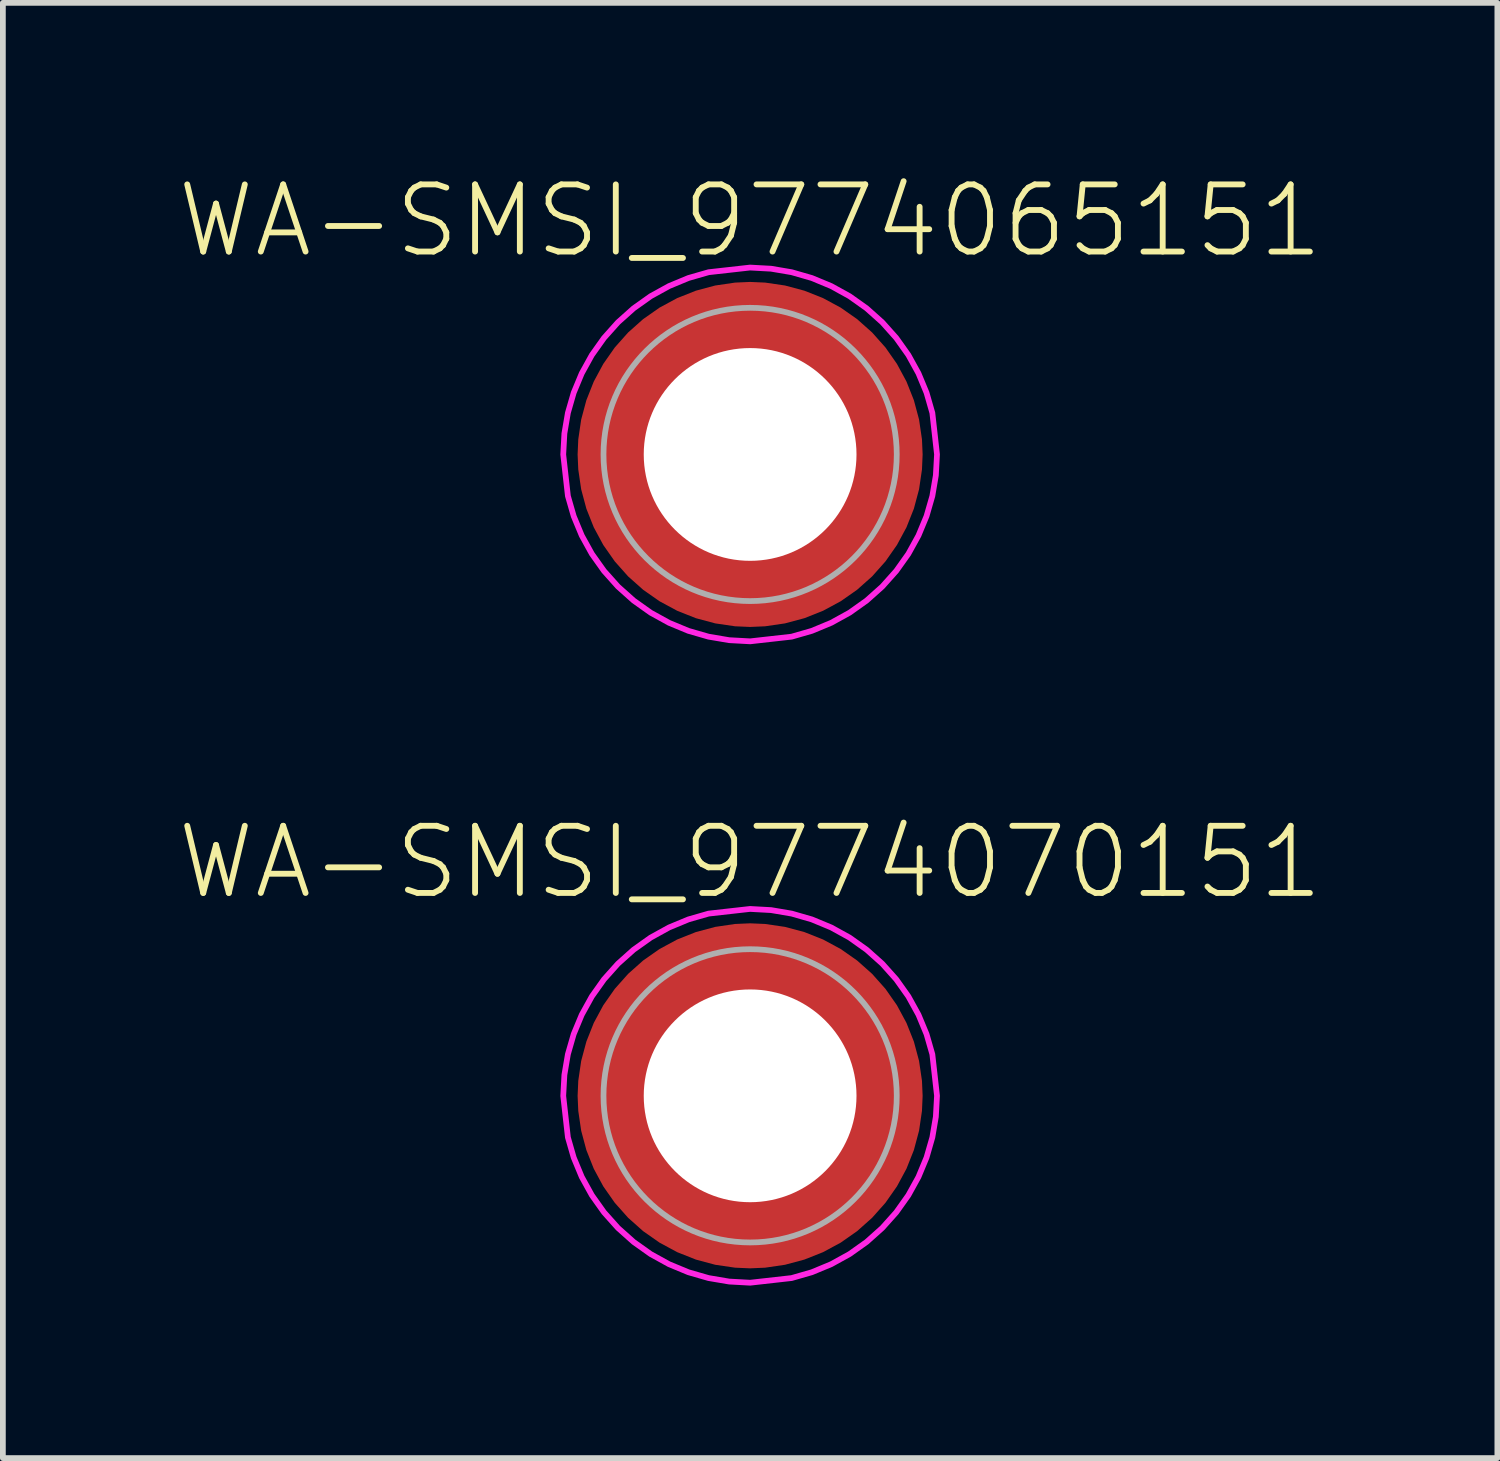
<source format=kicad_pcb>
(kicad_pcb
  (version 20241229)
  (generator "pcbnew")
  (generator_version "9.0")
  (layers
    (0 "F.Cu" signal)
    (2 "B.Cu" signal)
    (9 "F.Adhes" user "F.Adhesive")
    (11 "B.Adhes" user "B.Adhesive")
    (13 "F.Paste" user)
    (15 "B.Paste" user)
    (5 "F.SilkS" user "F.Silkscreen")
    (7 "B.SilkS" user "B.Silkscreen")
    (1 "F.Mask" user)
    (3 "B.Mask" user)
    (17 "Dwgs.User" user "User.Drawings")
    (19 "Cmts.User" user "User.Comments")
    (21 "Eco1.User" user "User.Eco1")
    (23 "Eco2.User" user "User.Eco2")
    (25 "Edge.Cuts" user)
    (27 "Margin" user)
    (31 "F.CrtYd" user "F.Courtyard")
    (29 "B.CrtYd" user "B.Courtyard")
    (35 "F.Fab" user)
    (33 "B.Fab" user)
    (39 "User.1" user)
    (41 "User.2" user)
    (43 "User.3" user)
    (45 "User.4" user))
  (footprint "WA-SMSI_9774070151"
    (layer "F.Cu")
    (at 9.995 16.007)
    (property "Reference" "WA-SMSI_9774070151" (at 0 -3.38 0) (layer "F.SilkS") (effects (font (size 1.168 1.168) (thickness 0.102)) (justify bottom)))
    (fp_poly (pts (xy -1.865 0.335) (xy -1.86 0.369) (xy -1.845 0.434) (xy -1.815 0.549) (xy -1.79 0.623) (xy -1.755 0.713) (xy -1.735 0.763) (xy -1.691 0.858) (xy -1.651 0.933) (xy -1.581 1.047) (xy -1.536 1.112) (xy -1.501 1.157) (xy -1.441 1.232) (xy -1.391 1.287) (xy -1.351 1.331) (xy -1.312 1.366) (xy -1.232 1.441) (xy -1.177 1.486) (xy -1.132 1.521) (xy -1.077 1.561) (xy -1.022 1.596) (xy -0.957 1.636) (xy -0.888 1.676) (xy -0.808 1.715) (xy -0.728 1.75) (xy -0.643 1.785) (xy -0.569 1.81) (xy -0.494 1.83) (xy -0.414 1.85) (xy -0.34 1.865) (xy -0.32 1.865) (xy -0.32 2.911) (xy -0.351 2.905) (xy -0.421 2.895) (xy -0.511 2.88) (xy -0.591 2.865) (xy -0.666 2.85) (xy -0.766 2.825) (xy -0.851 2.8) (xy -0.942 2.77) (xy -1.012 2.745) (xy -1.092 2.715) (xy -1.177 2.68) (xy -1.252 2.645) (xy -1.372 2.584) (xy -1.442 2.544) (xy -1.513 2.504) (xy -1.583 2.459) (xy -1.623 2.434) (xy -1.688 2.389) (xy -1.738 2.354) (xy -1.783 2.319) (xy -1.848 2.269) (xy -1.913 2.214) (xy -1.953 2.179) (xy -2.018 2.119) (xy -2.079 2.059) (xy -2.129 2.008) (xy -2.169 1.963) (xy -2.209 1.918) (xy -2.264 1.853) (xy -2.304 1.803) (xy -2.349 1.743) (xy -2.399 1.673) (xy -2.444 1.608) (xy -2.494 1.528) (xy -2.529 1.473) (xy -2.574 1.387) (xy -2.614 1.317) (xy -2.655 1.232) (xy -2.685 1.162) (xy -2.73 1.057) (xy -2.765 0.957) (xy -2.79 0.882) (xy -2.815 0.801) (xy -2.845 0.681) (xy -2.865 0.596) (xy -2.88 0.516) (xy -2.895 0.431) (xy -2.905 0.35) (xy -2.905 0.32) (xy -1.865 0.32)) (stroke (width 0) (type solid)) (fill yes) (layer "F.Paste"))
    (fp_poly (pts (xy -1.287 -1.391) (xy -1.331 -1.351) (xy -1.366 -1.312) (xy -1.441 -1.232) (xy -1.486 -1.177) (xy -1.521 -1.132) (xy -1.561 -1.077) (xy -1.596 -1.022) (xy -1.636 -0.957) (xy -1.676 -0.888) (xy -1.715 -0.808) (xy -1.75 -0.728) (xy -1.785 -0.643) (xy -1.81 -0.569) (xy -1.83 -0.494) (xy -1.85 -0.414) (xy -1.865 -0.34) (xy -1.865 -0.32) (xy -2.911 -0.32) (xy -2.905 -0.351) (xy -2.895 -0.421) (xy -2.88 -0.511) (xy -2.865 -0.591) (xy -2.85 -0.666) (xy -2.825 -0.766) (xy -2.8 -0.851) (xy -2.77 -0.942) (xy -2.745 -1.012) (xy -2.715 -1.092) (xy -2.68 -1.177) (xy -2.645 -1.252) (xy -2.584 -1.372) (xy -2.544 -1.442) (xy -2.504 -1.513) (xy -2.459 -1.583) (xy -2.434 -1.623) (xy -2.389 -1.688) (xy -2.354 -1.738) (xy -2.319 -1.783) (xy -2.269 -1.848) (xy -2.214 -1.913) (xy -2.179 -1.953) (xy -2.119 -2.018) (xy -2.059 -2.079) (xy -2.008 -2.129) (xy -1.963 -2.169) (xy -1.918 -2.209) (xy -1.853 -2.264) (xy -1.803 -2.304) (xy -1.743 -2.349) (xy -1.673 -2.399) (xy -1.608 -2.444) (xy -1.528 -2.494) (xy -1.473 -2.529) (xy -1.387 -2.574) (xy -1.317 -2.614) (xy -1.232 -2.655) (xy -1.162 -2.685) (xy -1.057 -2.73) (xy -0.957 -2.765) (xy -0.882 -2.79) (xy -0.801 -2.815) (xy -0.681 -2.845) (xy -0.596 -2.865) (xy -0.516 -2.88) (xy -0.431 -2.895) (xy -0.35 -2.905) (xy -0.32 -2.905) (xy -0.32 -1.865) (xy -0.335 -1.865) (xy -0.369 -1.86) (xy -0.434 -1.845) (xy -0.549 -1.815) (xy -0.623 -1.79) (xy -0.713 -1.755) (xy -0.763 -1.735) (xy -0.858 -1.691) (xy -0.933 -1.651) (xy -1.047 -1.581) (xy -1.112 -1.536) (xy -1.157 -1.501) (xy -1.232 -1.441)) (stroke (width 0) (type solid)) (fill yes) (layer "F.Paste"))
    (fp_poly (pts (xy 0.351 -2.905) (xy 0.421 -2.895) (xy 0.511 -2.88) (xy 0.591 -2.865) (xy 0.666 -2.85) (xy 0.766 -2.825) (xy 0.851 -2.8) (xy 0.942 -2.77) (xy 1.012 -2.745) (xy 1.092 -2.715) (xy 1.177 -2.68) (xy 1.252 -2.645) (xy 1.372 -2.584) (xy 1.442 -2.544) (xy 1.513 -2.504) (xy 1.583 -2.459) (xy 1.623 -2.434) (xy 1.688 -2.389) (xy 1.738 -2.354) (xy 1.783 -2.319) (xy 1.848 -2.269) (xy 1.913 -2.214) (xy 1.953 -2.179) (xy 2.018 -2.119) (xy 2.079 -2.059) (xy 2.129 -2.008) (xy 2.169 -1.963) (xy 2.209 -1.918) (xy 2.264 -1.853) (xy 2.304 -1.803) (xy 2.349 -1.743) (xy 2.399 -1.673) (xy 2.444 -1.608) (xy 2.494 -1.528) (xy 2.529 -1.473) (xy 2.574 -1.387) (xy 2.614 -1.317) (xy 2.655 -1.232) (xy 2.685 -1.162) (xy 2.73 -1.057) (xy 2.765 -0.957) (xy 2.79 -0.882) (xy 2.815 -0.801) (xy 2.845 -0.681) (xy 2.865 -0.596) (xy 2.88 -0.516) (xy 2.895 -0.431) (xy 2.905 -0.35) (xy 2.905 -0.32) (xy 1.865 -0.32) (xy 1.865 -0.335) (xy 1.86 -0.369) (xy 1.845 -0.434) (xy 1.815 -0.549) (xy 1.79 -0.623) (xy 1.755 -0.713) (xy 1.735 -0.763) (xy 1.691 -0.858) (xy 1.651 -0.933) (xy 1.581 -1.047) (xy 1.536 -1.112) (xy 1.501 -1.157) (xy 1.441 -1.232) (xy 1.391 -1.287) (xy 1.351 -1.331) (xy 1.312 -1.366) (xy 1.232 -1.441) (xy 1.177 -1.486) (xy 1.132 -1.521) (xy 1.077 -1.561) (xy 1.022 -1.596) (xy 0.957 -1.636) (xy 0.888 -1.676) (xy 0.808 -1.715) (xy 0.728 -1.75) (xy 0.643 -1.785) (xy 0.569 -1.81) (xy 0.494 -1.83) (xy 0.414 -1.85) (xy 0.34 -1.865) (xy 0.32 -1.865) (xy 0.32 -2.911)) (stroke (width 0) (type solid)) (fill yes) (layer "F.Paste"))
    (fp_poly (pts (xy 1.387 2.574) (xy 1.317 2.614) (xy 1.232 2.655) (xy 1.162 2.685) (xy 1.057 2.73) (xy 0.957 2.765) (xy 0.882 2.79) (xy 0.801 2.815) (xy 0.681 2.845) (xy 0.596 2.865) (xy 0.516 2.88) (xy 0.431 2.895) (xy 0.35 2.905) (xy 0.32 2.905) (xy 0.32 1.865) (xy 0.335 1.865) (xy 0.369 1.86) (xy 0.434 1.845) (xy 0.549 1.815) (xy 0.623 1.79) (xy 0.713 1.755) (xy 0.763 1.735) (xy 0.858 1.691) (xy 0.933 1.651) (xy 1.047 1.581) (xy 1.112 1.536) (xy 1.157 1.501) (xy 1.232 1.441) (xy 1.287 1.391) (xy 1.331 1.351) (xy 1.366 1.312) (xy 1.441 1.232) (xy 1.486 1.177) (xy 1.521 1.132) (xy 1.561 1.077) (xy 1.596 1.022) (xy 1.636 0.957) (xy 1.676 0.888) (xy 1.715 0.808) (xy 1.75 0.728) (xy 1.785 0.643) (xy 1.81 0.569) (xy 1.83 0.494) (xy 1.85 0.414) (xy 1.865 0.34) (xy 1.865 0.32) (xy 2.911 0.32) (xy 2.905 0.351) (xy 2.895 0.421) (xy 2.88 0.511) (xy 2.865 0.591) (xy 2.85 0.666) (xy 2.825 0.766) (xy 2.8 0.851) (xy 2.77 0.942) (xy 2.745 1.012) (xy 2.715 1.092) (xy 2.68 1.177) (xy 2.645 1.252) (xy 2.584 1.372) (xy 2.544 1.442) (xy 2.504 1.513) (xy 2.459 1.583) (xy 2.434 1.623) (xy 2.389 1.688) (xy 2.354 1.738) (xy 2.319 1.783) (xy 2.269 1.848) (xy 2.214 1.913) (xy 2.179 1.953) (xy 2.119 2.018) (xy 2.059 2.079) (xy 2.008 2.129) (xy 1.963 2.169) (xy 1.918 2.209) (xy 1.853 2.264) (xy 1.803 2.304) (xy 1.743 2.349) (xy 1.673 2.399) (xy 1.608 2.444) (xy 1.528 2.494) (xy 1.473 2.529)) (stroke (width 0) (type solid)) (fill yes) (layer "F.Paste"))
    (fp_poly (pts (xy 0.364 -3.23) (xy 0.723 -3.169) (xy 1.073 -3.068) (xy 1.41 -2.928) (xy 1.729 -2.752) (xy 2.026 -2.541) (xy 2.298 -2.298) (xy 2.541 -2.026) (xy 2.752 -1.729) (xy 2.928 -1.41) (xy 3.068 -1.073) (xy 3.169 -0.722) (xy 3.25 -0.001) (xy 3.23 0.364) (xy 3.169 0.723) (xy 3.068 1.073) (xy 2.928 1.41) (xy 2.752 1.729) (xy 2.541 2.026) (xy 2.298 2.298) (xy 2.026 2.541) (xy 1.729 2.752) (xy 1.41 2.928) (xy 1.073 3.068) (xy 0.722 3.169) (xy 0.001 3.25) (xy -0.364 3.23) (xy -0.723 3.169) (xy -1.073 3.068) (xy -1.41 2.928) (xy -1.729 2.752) (xy -2.026 2.541) (xy -2.298 2.298) (xy -2.541 2.026) (xy -2.752 1.729) (xy -2.928 1.41) (xy -3.068 1.073) (xy -3.169 0.722) (xy -3.25 0.001) (xy -3.23 -0.364) (xy -3.169 -0.723) (xy -3.068 -1.073) (xy -2.928 -1.41) (xy -2.752 -1.729) (xy -2.541 -2.026) (xy -2.298 -2.298) (xy -2.026 -2.541) (xy -1.729 -2.752) (xy -1.41 -2.928) (xy -1.073 -3.068) (xy -0.722 -3.169) (xy -0.001 -3.25)) (stroke (width 0.1) (type solid)) (fill no) (layer "F.CrtYd"))
    (fp_circle (center 0 0) (end 2.55 0) (stroke (width 0.1) (type solid)) (fill no) (layer "F.Fab"))
    (pad "" np_thru_hole circle (at 0 0) (size 3.7 3.7) (drill 3.7) (layers "*.Cu" "*.Mask"))
    (pad "1" smd roundrect (at 0 0) (size 6 6) (layers "F.Cu" "F.Mask") (roundrect_rratio 0.5)))
  (footprint "WA-SMSI_9774065151"
    (layer "F.Cu")
    (at 9.995 4.853)
    (property "Reference" "WA-SMSI_9774065151" (at 0 -3.38 0) (layer "F.SilkS") (effects (font (size 1.168 1.168) (thickness 0.102)) (justify bottom)))
    (fp_poly (pts (xy -1.865 0.335) (xy -1.86 0.369) (xy -1.845 0.434) (xy -1.815 0.549) (xy -1.79 0.623) (xy -1.755 0.713) (xy -1.735 0.763) (xy -1.691 0.858) (xy -1.651 0.933) (xy -1.581 1.047) (xy -1.536 1.112) (xy -1.501 1.157) (xy -1.441 1.232) (xy -1.391 1.287) (xy -1.351 1.331) (xy -1.312 1.366) (xy -1.232 1.441) (xy -1.177 1.486) (xy -1.132 1.521) (xy -1.077 1.561) (xy -1.022 1.596) (xy -0.957 1.636) (xy -0.888 1.676) (xy -0.808 1.715) (xy -0.728 1.75) (xy -0.643 1.785) (xy -0.569 1.81) (xy -0.494 1.83) (xy -0.414 1.85) (xy -0.34 1.865) (xy -0.32 1.865) (xy -0.32 2.911) (xy -0.351 2.905) (xy -0.421 2.895) (xy -0.511 2.88) (xy -0.591 2.865) (xy -0.666 2.85) (xy -0.766 2.825) (xy -0.851 2.8) (xy -0.942 2.77) (xy -1.012 2.745) (xy -1.092 2.715) (xy -1.177 2.68) (xy -1.252 2.645) (xy -1.372 2.584) (xy -1.442 2.544) (xy -1.513 2.504) (xy -1.583 2.459) (xy -1.623 2.434) (xy -1.688 2.389) (xy -1.738 2.354) (xy -1.783 2.319) (xy -1.848 2.269) (xy -1.913 2.214) (xy -1.953 2.179) (xy -2.018 2.119) (xy -2.079 2.059) (xy -2.129 2.008) (xy -2.169 1.963) (xy -2.209 1.918) (xy -2.264 1.853) (xy -2.304 1.803) (xy -2.349 1.743) (xy -2.399 1.673) (xy -2.444 1.608) (xy -2.494 1.528) (xy -2.529 1.473) (xy -2.574 1.387) (xy -2.614 1.317) (xy -2.655 1.232) (xy -2.685 1.162) (xy -2.73 1.057) (xy -2.765 0.957) (xy -2.79 0.882) (xy -2.815 0.801) (xy -2.845 0.681) (xy -2.865 0.596) (xy -2.88 0.516) (xy -2.895 0.431) (xy -2.905 0.35) (xy -2.905 0.32) (xy -1.865 0.32)) (stroke (width 0) (type solid)) (fill yes) (layer "F.Paste"))
    (fp_poly (pts (xy -1.287 -1.391) (xy -1.331 -1.351) (xy -1.366 -1.312) (xy -1.441 -1.232) (xy -1.486 -1.177) (xy -1.521 -1.132) (xy -1.561 -1.077) (xy -1.596 -1.022) (xy -1.636 -0.957) (xy -1.676 -0.888) (xy -1.715 -0.808) (xy -1.75 -0.728) (xy -1.785 -0.643) (xy -1.81 -0.569) (xy -1.83 -0.494) (xy -1.85 -0.414) (xy -1.865 -0.34) (xy -1.865 -0.32) (xy -2.911 -0.32) (xy -2.905 -0.351) (xy -2.895 -0.421) (xy -2.88 -0.511) (xy -2.865 -0.591) (xy -2.85 -0.666) (xy -2.825 -0.766) (xy -2.8 -0.851) (xy -2.77 -0.942) (xy -2.745 -1.012) (xy -2.715 -1.092) (xy -2.68 -1.177) (xy -2.645 -1.252) (xy -2.584 -1.372) (xy -2.544 -1.442) (xy -2.504 -1.513) (xy -2.459 -1.583) (xy -2.434 -1.623) (xy -2.389 -1.688) (xy -2.354 -1.738) (xy -2.319 -1.783) (xy -2.269 -1.848) (xy -2.214 -1.913) (xy -2.179 -1.953) (xy -2.119 -2.018) (xy -2.059 -2.079) (xy -2.008 -2.129) (xy -1.963 -2.169) (xy -1.918 -2.209) (xy -1.853 -2.264) (xy -1.803 -2.304) (xy -1.743 -2.349) (xy -1.673 -2.399) (xy -1.608 -2.444) (xy -1.528 -2.494) (xy -1.473 -2.529) (xy -1.387 -2.574) (xy -1.317 -2.614) (xy -1.232 -2.655) (xy -1.162 -2.685) (xy -1.057 -2.73) (xy -0.957 -2.765) (xy -0.882 -2.79) (xy -0.801 -2.815) (xy -0.681 -2.845) (xy -0.596 -2.865) (xy -0.516 -2.88) (xy -0.431 -2.895) (xy -0.35 -2.905) (xy -0.32 -2.905) (xy -0.32 -1.865) (xy -0.335 -1.865) (xy -0.369 -1.86) (xy -0.434 -1.845) (xy -0.549 -1.815) (xy -0.623 -1.79) (xy -0.713 -1.755) (xy -0.763 -1.735) (xy -0.858 -1.691) (xy -0.933 -1.651) (xy -1.047 -1.581) (xy -1.112 -1.536) (xy -1.157 -1.501) (xy -1.232 -1.441)) (stroke (width 0) (type solid)) (fill yes) (layer "F.Paste"))
    (fp_poly (pts (xy 0.351 -2.905) (xy 0.421 -2.895) (xy 0.511 -2.88) (xy 0.591 -2.865) (xy 0.666 -2.85) (xy 0.766 -2.825) (xy 0.851 -2.8) (xy 0.942 -2.77) (xy 1.012 -2.745) (xy 1.092 -2.715) (xy 1.177 -2.68) (xy 1.252 -2.645) (xy 1.372 -2.584) (xy 1.442 -2.544) (xy 1.513 -2.504) (xy 1.583 -2.459) (xy 1.623 -2.434) (xy 1.688 -2.389) (xy 1.738 -2.354) (xy 1.783 -2.319) (xy 1.848 -2.269) (xy 1.913 -2.214) (xy 1.953 -2.179) (xy 2.018 -2.119) (xy 2.079 -2.059) (xy 2.129 -2.008) (xy 2.169 -1.963) (xy 2.209 -1.918) (xy 2.264 -1.853) (xy 2.304 -1.803) (xy 2.349 -1.743) (xy 2.399 -1.673) (xy 2.444 -1.608) (xy 2.494 -1.528) (xy 2.529 -1.473) (xy 2.574 -1.387) (xy 2.614 -1.317) (xy 2.655 -1.232) (xy 2.685 -1.162) (xy 2.73 -1.057) (xy 2.765 -0.957) (xy 2.79 -0.882) (xy 2.815 -0.801) (xy 2.845 -0.681) (xy 2.865 -0.596) (xy 2.88 -0.516) (xy 2.895 -0.431) (xy 2.905 -0.35) (xy 2.905 -0.32) (xy 1.865 -0.32) (xy 1.865 -0.335) (xy 1.86 -0.369) (xy 1.845 -0.434) (xy 1.815 -0.549) (xy 1.79 -0.623) (xy 1.755 -0.713) (xy 1.735 -0.763) (xy 1.691 -0.858) (xy 1.651 -0.933) (xy 1.581 -1.047) (xy 1.536 -1.112) (xy 1.501 -1.157) (xy 1.441 -1.232) (xy 1.391 -1.287) (xy 1.351 -1.331) (xy 1.312 -1.366) (xy 1.232 -1.441) (xy 1.177 -1.486) (xy 1.132 -1.521) (xy 1.077 -1.561) (xy 1.022 -1.596) (xy 0.957 -1.636) (xy 0.888 -1.676) (xy 0.808 -1.715) (xy 0.728 -1.75) (xy 0.643 -1.785) (xy 0.569 -1.81) (xy 0.494 -1.83) (xy 0.414 -1.85) (xy 0.34 -1.865) (xy 0.32 -1.865) (xy 0.32 -2.911)) (stroke (width 0) (type solid)) (fill yes) (layer "F.Paste"))
    (fp_poly (pts (xy 1.387 2.574) (xy 1.317 2.614) (xy 1.232 2.655) (xy 1.162 2.685) (xy 1.057 2.73) (xy 0.957 2.765) (xy 0.882 2.79) (xy 0.801 2.815) (xy 0.681 2.845) (xy 0.596 2.865) (xy 0.516 2.88) (xy 0.431 2.895) (xy 0.35 2.905) (xy 0.32 2.905) (xy 0.32 1.865) (xy 0.335 1.865) (xy 0.369 1.86) (xy 0.434 1.845) (xy 0.549 1.815) (xy 0.623 1.79) (xy 0.713 1.755) (xy 0.763 1.735) (xy 0.858 1.691) (xy 0.933 1.651) (xy 1.047 1.581) (xy 1.112 1.536) (xy 1.157 1.501) (xy 1.232 1.441) (xy 1.287 1.391) (xy 1.331 1.351) (xy 1.366 1.312) (xy 1.441 1.232) (xy 1.486 1.177) (xy 1.521 1.132) (xy 1.561 1.077) (xy 1.596 1.022) (xy 1.636 0.957) (xy 1.676 0.888) (xy 1.715 0.808) (xy 1.75 0.728) (xy 1.785 0.643) (xy 1.81 0.569) (xy 1.83 0.494) (xy 1.85 0.414) (xy 1.865 0.34) (xy 1.865 0.32) (xy 2.911 0.32) (xy 2.905 0.351) (xy 2.895 0.421) (xy 2.88 0.511) (xy 2.865 0.591) (xy 2.85 0.666) (xy 2.825 0.766) (xy 2.8 0.851) (xy 2.77 0.942) (xy 2.745 1.012) (xy 2.715 1.092) (xy 2.68 1.177) (xy 2.645 1.252) (xy 2.584 1.372) (xy 2.544 1.442) (xy 2.504 1.513) (xy 2.459 1.583) (xy 2.434 1.623) (xy 2.389 1.688) (xy 2.354 1.738) (xy 2.319 1.783) (xy 2.269 1.848) (xy 2.214 1.913) (xy 2.179 1.953) (xy 2.119 2.018) (xy 2.059 2.079) (xy 2.008 2.129) (xy 1.963 2.169) (xy 1.918 2.209) (xy 1.853 2.264) (xy 1.803 2.304) (xy 1.743 2.349) (xy 1.673 2.399) (xy 1.608 2.444) (xy 1.528 2.494) (xy 1.473 2.529)) (stroke (width 0) (type solid)) (fill yes) (layer "F.Paste"))
    (fp_poly (pts (xy 0.364 -3.23) (xy 0.723 -3.169) (xy 1.073 -3.068) (xy 1.41 -2.928) (xy 1.729 -2.752) (xy 2.026 -2.541) (xy 2.298 -2.298) (xy 2.541 -2.026) (xy 2.752 -1.729) (xy 2.928 -1.41) (xy 3.068 -1.073) (xy 3.169 -0.722) (xy 3.25 -0.001) (xy 3.23 0.364) (xy 3.169 0.723) (xy 3.068 1.073) (xy 2.928 1.41) (xy 2.752 1.729) (xy 2.541 2.026) (xy 2.298 2.298) (xy 2.026 2.541) (xy 1.729 2.752) (xy 1.41 2.928) (xy 1.073 3.068) (xy 0.722 3.169) (xy 0.001 3.25) (xy -0.364 3.23) (xy -0.723 3.169) (xy -1.073 3.068) (xy -1.41 2.928) (xy -1.729 2.752) (xy -2.026 2.541) (xy -2.298 2.298) (xy -2.541 2.026) (xy -2.752 1.729) (xy -2.928 1.41) (xy -3.068 1.073) (xy -3.169 0.722) (xy -3.25 0.001) (xy -3.23 -0.364) (xy -3.169 -0.723) (xy -3.068 -1.073) (xy -2.928 -1.41) (xy -2.752 -1.729) (xy -2.541 -2.026) (xy -2.298 -2.298) (xy -2.026 -2.541) (xy -1.729 -2.752) (xy -1.41 -2.928) (xy -1.073 -3.068) (xy -0.722 -3.169) (xy -0.001 -3.25)) (stroke (width 0.1) (type solid)) (fill no) (layer "F.CrtYd"))
    (fp_circle (center 0 0) (end 2.55 0) (stroke (width 0.1) (type solid)) (fill no) (layer "F.Fab"))
    (pad "" np_thru_hole circle (at 0 0) (size 3.7 3.7) (drill 3.7) (layers "*.Cu" "*.Mask"))
    (pad "1" smd roundrect (at 0 0) (size 6 6) (layers "F.Cu" "F.Mask") (roundrect_rratio 0.5)))
  (gr_rect
    (start -3 -3)
    (end 22.99 22.307)
    (stroke (width 0.1) (type default))
    (fill no)
    (layer "Edge.Cuts")))
</source>
